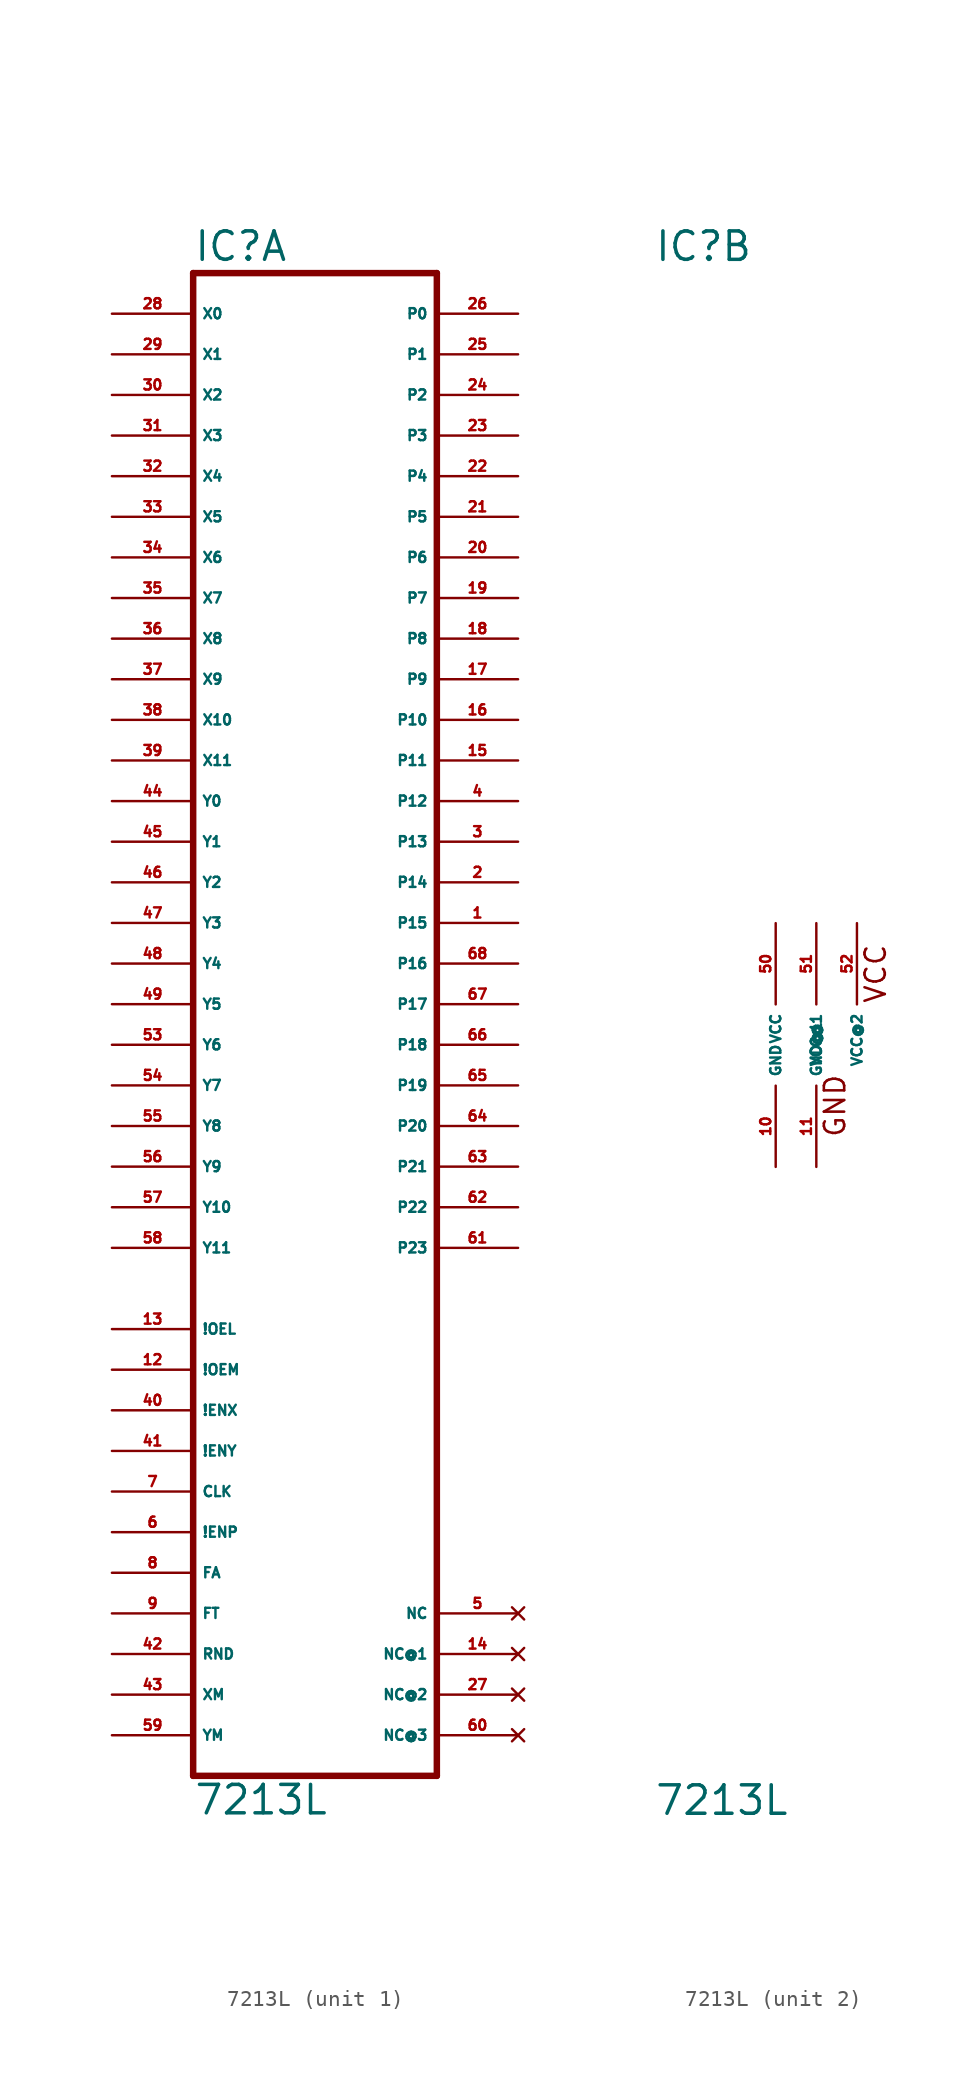
<source format=kicad_sym>
(kicad_symbol_lib
  (version 20220914)
  (generator Eagle2Kicad)
  (symbol "7213L"
    (property "Reference" "IC"
      (at -7.62 48.895 0)
      (effects (font (size 1.778 1.778) (thickness 0.22)) (justify left bottom)))
    (property "Value" "7213L"
      (at -7.62 -48.26 0)
      (effects (font (size 1.778 1.778) (thickness 0.22)) (justify left bottom)))
    (symbol "7213L_1_0"
      (polyline (pts (xy -7.62 -45.72) (xy 7.62 -45.72)) (stroke (width 0.406) (type default)) (fill (type none)))
      (polyline (pts (xy 7.62 -45.72) (xy 7.62 48.26)) (stroke (width 0.406) (type default)) (fill (type none)))
      (polyline (pts (xy 7.62 48.26) (xy -7.62 48.26)) (stroke (width 0.406) (type default)) (fill (type none)))
      (polyline (pts (xy -7.62 48.26) (xy -7.62 -45.72)) (stroke (width 0.406) (type default)) (fill (type none)))
      (pin input line (at -12.7 45.72 0) (length 5.08) (name "X0" (effects (font (size 0.635 0.635) (thickness 0.08)) (justify left bottom))) (number "28" (effects (font (size 0.635 0.635) (thickness 0.08)) (justify left bottom))))
      (pin input line (at -12.7 43.18 0) (length 5.08) (name "X1" (effects (font (size 0.635 0.635) (thickness 0.08)) (justify left bottom))) (number "29" (effects (font (size 0.635 0.635) (thickness 0.08)) (justify left bottom))))
      (pin input line (at -12.7 40.64 0) (length 5.08) (name "X2" (effects (font (size 0.635 0.635) (thickness 0.08)) (justify left bottom))) (number "30" (effects (font (size 0.635 0.635) (thickness 0.08)) (justify left bottom))))
      (pin input line (at -12.7 38.1 0) (length 5.08) (name "X3" (effects (font (size 0.635 0.635) (thickness 0.08)) (justify left bottom))) (number "31" (effects (font (size 0.635 0.635) (thickness 0.08)) (justify left bottom))))
      (pin input line (at -12.7 35.56 0) (length 5.08) (name "X4" (effects (font (size 0.635 0.635) (thickness 0.08)) (justify left bottom))) (number "32" (effects (font (size 0.635 0.635) (thickness 0.08)) (justify left bottom))))
      (pin input line (at -12.7 33.02 0) (length 5.08) (name "X5" (effects (font (size 0.635 0.635) (thickness 0.08)) (justify left bottom))) (number "33" (effects (font (size 0.635 0.635) (thickness 0.08)) (justify left bottom))))
      (pin input line (at -12.7 30.48 0) (length 5.08) (name "X6" (effects (font (size 0.635 0.635) (thickness 0.08)) (justify left bottom))) (number "34" (effects (font (size 0.635 0.635) (thickness 0.08)) (justify left bottom))))
      (pin input line (at -12.7 27.94 0) (length 5.08) (name "X7" (effects (font (size 0.635 0.635) (thickness 0.08)) (justify left bottom))) (number "35" (effects (font (size 0.635 0.635) (thickness 0.08)) (justify left bottom))))
      (pin input line (at -12.7 25.4 0) (length 5.08) (name "X8" (effects (font (size 0.635 0.635) (thickness 0.08)) (justify left bottom))) (number "36" (effects (font (size 0.635 0.635) (thickness 0.08)) (justify left bottom))))
      (pin input line (at -12.7 22.86 0) (length 5.08) (name "X9" (effects (font (size 0.635 0.635) (thickness 0.08)) (justify left bottom))) (number "37" (effects (font (size 0.635 0.635) (thickness 0.08)) (justify left bottom))))
      (pin input line (at -12.7 20.32 0) (length 5.08) (name "X10" (effects (font (size 0.635 0.635) (thickness 0.08)) (justify left bottom))) (number "38" (effects (font (size 0.635 0.635) (thickness 0.08)) (justify left bottom))))
      (pin input line (at -12.7 17.78 0) (length 5.08) (name "X11" (effects (font (size 0.635 0.635) (thickness 0.08)) (justify left bottom))) (number "39" (effects (font (size 0.635 0.635) (thickness 0.08)) (justify left bottom))))
      (pin input line (at -12.7 15.24 0) (length 5.08) (name "Y0" (effects (font (size 0.635 0.635) (thickness 0.08)) (justify left bottom))) (number "44" (effects (font (size 0.635 0.635) (thickness 0.08)) (justify left bottom))))
      (pin input line (at -12.7 12.7 0) (length 5.08) (name "Y1" (effects (font (size 0.635 0.635) (thickness 0.08)) (justify left bottom))) (number "45" (effects (font (size 0.635 0.635) (thickness 0.08)) (justify left bottom))))
      (pin input line (at -12.7 10.16 0) (length 5.08) (name "Y2" (effects (font (size 0.635 0.635) (thickness 0.08)) (justify left bottom))) (number "46" (effects (font (size 0.635 0.635) (thickness 0.08)) (justify left bottom))))
      (pin input line (at -12.7 7.62 0) (length 5.08) (name "Y3" (effects (font (size 0.635 0.635) (thickness 0.08)) (justify left bottom))) (number "47" (effects (font (size 0.635 0.635) (thickness 0.08)) (justify left bottom))))
      (pin input line (at -12.7 5.08 0) (length 5.08) (name "Y4" (effects (font (size 0.635 0.635) (thickness 0.08)) (justify left bottom))) (number "48" (effects (font (size 0.635 0.635) (thickness 0.08)) (justify left bottom))))
      (pin input line (at -12.7 2.54 0) (length 5.08) (name "Y5" (effects (font (size 0.635 0.635) (thickness 0.08)) (justify left bottom))) (number "49" (effects (font (size 0.635 0.635) (thickness 0.08)) (justify left bottom))))
      (pin input line (at -12.7 0 0) (length 5.08) (name "Y6" (effects (font (size 0.635 0.635) (thickness 0.08)) (justify left bottom))) (number "53" (effects (font (size 0.635 0.635) (thickness 0.08)) (justify left bottom))))
      (pin input line (at -12.7 -2.54 0) (length 5.08) (name "Y7" (effects (font (size 0.635 0.635) (thickness 0.08)) (justify left bottom))) (number "54" (effects (font (size 0.635 0.635) (thickness 0.08)) (justify left bottom))))
      (pin input line (at -12.7 -5.08 0) (length 5.08) (name "Y8" (effects (font (size 0.635 0.635) (thickness 0.08)) (justify left bottom))) (number "55" (effects (font (size 0.635 0.635) (thickness 0.08)) (justify left bottom))))
      (pin input line (at -12.7 -7.62 0) (length 5.08) (name "Y9" (effects (font (size 0.635 0.635) (thickness 0.08)) (justify left bottom))) (number "56" (effects (font (size 0.635 0.635) (thickness 0.08)) (justify left bottom))))
      (pin input line (at -12.7 -10.16 0) (length 5.08) (name "Y10" (effects (font (size 0.635 0.635) (thickness 0.08)) (justify left bottom))) (number "57" (effects (font (size 0.635 0.635) (thickness 0.08)) (justify left bottom))))
      (pin input line (at -12.7 -12.7 0) (length 5.08) (name "Y11" (effects (font (size 0.635 0.635) (thickness 0.08)) (justify left bottom))) (number "58" (effects (font (size 0.635 0.635) (thickness 0.08)) (justify left bottom))))
      (pin output line (at 12.7 45.72 180) (length 5.08) (name "P0" (effects (font (size 0.635 0.635) (thickness 0.08)) (justify left bottom))) (number "26" (effects (font (size 0.635 0.635) (thickness 0.08)) (justify left bottom))))
      (pin output line (at 12.7 43.18 180) (length 5.08) (name "P1" (effects (font (size 0.635 0.635) (thickness 0.08)) (justify left bottom))) (number "25" (effects (font (size 0.635 0.635) (thickness 0.08)) (justify left bottom))))
      (pin output line (at 12.7 40.64 180) (length 5.08) (name "P2" (effects (font (size 0.635 0.635) (thickness 0.08)) (justify left bottom))) (number "24" (effects (font (size 0.635 0.635) (thickness 0.08)) (justify left bottom))))
      (pin output line (at 12.7 38.1 180) (length 5.08) (name "P3" (effects (font (size 0.635 0.635) (thickness 0.08)) (justify left bottom))) (number "23" (effects (font (size 0.635 0.635) (thickness 0.08)) (justify left bottom))))
      (pin output line (at 12.7 35.56 180) (length 5.08) (name "P4" (effects (font (size 0.635 0.635) (thickness 0.08)) (justify left bottom))) (number "22" (effects (font (size 0.635 0.635) (thickness 0.08)) (justify left bottom))))
      (pin output line (at 12.7 33.02 180) (length 5.08) (name "P5" (effects (font (size 0.635 0.635) (thickness 0.08)) (justify left bottom))) (number "21" (effects (font (size 0.635 0.635) (thickness 0.08)) (justify left bottom))))
      (pin output line (at 12.7 30.48 180) (length 5.08) (name "P6" (effects (font (size 0.635 0.635) (thickness 0.08)) (justify left bottom))) (number "20" (effects (font (size 0.635 0.635) (thickness 0.08)) (justify left bottom))))
      (pin output line (at 12.7 27.94 180) (length 5.08) (name "P7" (effects (font (size 0.635 0.635) (thickness 0.08)) (justify left bottom))) (number "19" (effects (font (size 0.635 0.635) (thickness 0.08)) (justify left bottom))))
      (pin output line (at 12.7 25.4 180) (length 5.08) (name "P8" (effects (font (size 0.635 0.635) (thickness 0.08)) (justify left bottom))) (number "18" (effects (font (size 0.635 0.635) (thickness 0.08)) (justify left bottom))))
      (pin output line (at 12.7 22.86 180) (length 5.08) (name "P9" (effects (font (size 0.635 0.635) (thickness 0.08)) (justify left bottom))) (number "17" (effects (font (size 0.635 0.635) (thickness 0.08)) (justify left bottom))))
      (pin output line (at 12.7 20.32 180) (length 5.08) (name "P10" (effects (font (size 0.635 0.635) (thickness 0.08)) (justify left bottom))) (number "16" (effects (font (size 0.635 0.635) (thickness 0.08)) (justify left bottom))))
      (pin output line (at 12.7 17.78 180) (length 5.08) (name "P11" (effects (font (size 0.635 0.635) (thickness 0.08)) (justify left bottom))) (number "15" (effects (font (size 0.635 0.635) (thickness 0.08)) (justify left bottom))))
      (pin output line (at 12.7 15.24 180) (length 5.08) (name "P12" (effects (font (size 0.635 0.635) (thickness 0.08)) (justify left bottom))) (number "4" (effects (font (size 0.635 0.635) (thickness 0.08)) (justify left bottom))))
      (pin output line (at 12.7 12.7 180) (length 5.08) (name "P13" (effects (font (size 0.635 0.635) (thickness 0.08)) (justify left bottom))) (number "3" (effects (font (size 0.635 0.635) (thickness 0.08)) (justify left bottom))))
      (pin output line (at 12.7 10.16 180) (length 5.08) (name "P14" (effects (font (size 0.635 0.635) (thickness 0.08)) (justify left bottom))) (number "2" (effects (font (size 0.635 0.635) (thickness 0.08)) (justify left bottom))))
      (pin output line (at 12.7 7.62 180) (length 5.08) (name "P15" (effects (font (size 0.635 0.635) (thickness 0.08)) (justify left bottom))) (number "1" (effects (font (size 0.635 0.635) (thickness 0.08)) (justify left bottom))))
      (pin output line (at 12.7 5.08 180) (length 5.08) (name "P16" (effects (font (size 0.635 0.635) (thickness 0.08)) (justify left bottom))) (number "68" (effects (font (size 0.635 0.635) (thickness 0.08)) (justify left bottom))))
      (pin output line (at 12.7 2.54 180) (length 5.08) (name "P17" (effects (font (size 0.635 0.635) (thickness 0.08)) (justify left bottom))) (number "67" (effects (font (size 0.635 0.635) (thickness 0.08)) (justify left bottom))))
      (pin output line (at 12.7 0 180) (length 5.08) (name "P18" (effects (font (size 0.635 0.635) (thickness 0.08)) (justify left bottom))) (number "66" (effects (font (size 0.635 0.635) (thickness 0.08)) (justify left bottom))))
      (pin output line (at 12.7 -2.54 180) (length 5.08) (name "P19" (effects (font (size 0.635 0.635) (thickness 0.08)) (justify left bottom))) (number "65" (effects (font (size 0.635 0.635) (thickness 0.08)) (justify left bottom))))
      (pin output line (at 12.7 -5.08 180) (length 5.08) (name "P20" (effects (font (size 0.635 0.635) (thickness 0.08)) (justify left bottom))) (number "64" (effects (font (size 0.635 0.635) (thickness 0.08)) (justify left bottom))))
      (pin output line (at 12.7 -7.62 180) (length 5.08) (name "P21" (effects (font (size 0.635 0.635) (thickness 0.08)) (justify left bottom))) (number "63" (effects (font (size 0.635 0.635) (thickness 0.08)) (justify left bottom))))
      (pin output line (at 12.7 -10.16 180) (length 5.08) (name "P22" (effects (font (size 0.635 0.635) (thickness 0.08)) (justify left bottom))) (number "62" (effects (font (size 0.635 0.635) (thickness 0.08)) (justify left bottom))))
      (pin output line (at 12.7 -12.7 180) (length 5.08) (name "P23" (effects (font (size 0.635 0.635) (thickness 0.08)) (justify left bottom))) (number "61" (effects (font (size 0.635 0.635) (thickness 0.08)) (justify left bottom))))
      (pin input line (at -12.7 -30.48 0) (length 5.08) (name "!ENP" (effects (font (size 0.635 0.635) (thickness 0.08)) (justify left bottom))) (number "6" (effects (font (size 0.635 0.635) (thickness 0.08)) (justify left bottom))))
      (pin input line (at -12.7 -22.86 0) (length 5.08) (name "!ENX" (effects (font (size 0.635 0.635) (thickness 0.08)) (justify left bottom))) (number "40" (effects (font (size 0.635 0.635) (thickness 0.08)) (justify left bottom))))
      (pin input line (at -12.7 -25.4 0) (length 5.08) (name "!ENY" (effects (font (size 0.635 0.635) (thickness 0.08)) (justify left bottom))) (number "41" (effects (font (size 0.635 0.635) (thickness 0.08)) (justify left bottom))))
      (pin input line (at -12.7 -33.02 0) (length 5.08) (name "FA" (effects (font (size 0.635 0.635) (thickness 0.08)) (justify left bottom))) (number "8" (effects (font (size 0.635 0.635) (thickness 0.08)) (justify left bottom))))
      (pin input line (at -12.7 -35.56 0) (length 5.08) (name "FT" (effects (font (size 0.635 0.635) (thickness 0.08)) (justify left bottom))) (number "9" (effects (font (size 0.635 0.635) (thickness 0.08)) (justify left bottom))))
      (pin input line (at -12.7 -38.1 0) (length 5.08) (name "RND" (effects (font (size 0.635 0.635) (thickness 0.08)) (justify left bottom))) (number "42" (effects (font (size 0.635 0.635) (thickness 0.08)) (justify left bottom))))
      (pin input line (at -12.7 -40.64 0) (length 5.08) (name "XM" (effects (font (size 0.635 0.635) (thickness 0.08)) (justify left bottom))) (number "43" (effects (font (size 0.635 0.635) (thickness 0.08)) (justify left bottom))))
      (pin input line (at -12.7 -43.18 0) (length 5.08) (name "YM" (effects (font (size 0.635 0.635) (thickness 0.08)) (justify left bottom))) (number "59" (effects (font (size 0.635 0.635) (thickness 0.08)) (justify left bottom))))
      (pin input line (at -12.7 -27.94 0) (length 5.08) (name "CLK" (effects (font (size 0.635 0.635) (thickness 0.08)) (justify left bottom))) (number "7" (effects (font (size 0.635 0.635) (thickness 0.08)) (justify left bottom))))
      (pin input line (at -12.7 -17.78 0) (length 5.08) (name "!OEL" (effects (font (size 0.635 0.635) (thickness 0.08)) (justify left bottom))) (number "13" (effects (font (size 0.635 0.635) (thickness 0.08)) (justify left bottom))))
      (pin input line (at -12.7 -20.32 0) (length 5.08) (name "!OEM" (effects (font (size 0.635 0.635) (thickness 0.08)) (justify left bottom))) (number "12" (effects (font (size 0.635 0.635) (thickness 0.08)) (justify left bottom))))
      (pin no_connect line (at 12.7 -43.18 180) (length 5.08) (name "NC@3" (effects (font (size 0.635 0.635) (thickness 0.08)) (justify left bottom) hide)) (number "60" (effects (font (size 0.635 0.635) (thickness 0.08)) (justify left bottom) hide)))
      (pin no_connect line (at 12.7 -40.64 180) (length 5.08) (name "NC@2" (effects (font (size 0.635 0.635) (thickness 0.08)) (justify left bottom) hide)) (number "27" (effects (font (size 0.635 0.635) (thickness 0.08)) (justify left bottom) hide)))
      (pin no_connect line (at 12.7 -38.1 180) (length 5.08) (name "NC@1" (effects (font (size 0.635 0.635) (thickness 0.08)) (justify left bottom) hide)) (number "14" (effects (font (size 0.635 0.635) (thickness 0.08)) (justify left bottom) hide)))
      (pin no_connect line (at 12.7 -35.56 180) (length 5.08) (name "NC" (effects (font (size 0.635 0.635) (thickness 0.08)) (justify left bottom) hide)) (number "5" (effects (font (size 0.635 0.635) (thickness 0.08)) (justify left bottom) hide))))
    (symbol "7213L_2_0"
      (text "GND" (at 4.445 -5.842 900) (effects (font (size 1.27 1.27) (thickness 0.16)) (justify left bottom)))
      (text "VCC" (at 6.985 2.54 900) (effects (font (size 1.27 1.27) (thickness 0.16)) (justify left bottom)))
      (pin unspecified line (at 0 7.62 270) (length 5.08) (name "VCC" (effects (font (size 0.635 0.635) (thickness 0.08)) (justify left bottom))) (number "50" (effects (font (size 0.635 0.635) (thickness 0.08)) (justify left bottom))))
      (pin unspecified line (at 0 -7.62 90) (length 5.08) (name "GND" (effects (font (size 0.635 0.635) (thickness 0.08)) (justify left bottom))) (number "10" (effects (font (size 0.635 0.635) (thickness 0.08)) (justify left bottom))))
      (pin unspecified line (at 2.54 7.62 270) (length 5.08) (name "VCC@1" (effects (font (size 0.635 0.635) (thickness 0.08)) (justify left bottom))) (number "51" (effects (font (size 0.635 0.635) (thickness 0.08)) (justify left bottom))))
      (pin unspecified line (at 2.54 -7.62 90) (length 5.08) (name "GND@1" (effects (font (size 0.635 0.635) (thickness 0.08)) (justify left bottom))) (number "11" (effects (font (size 0.635 0.635) (thickness 0.08)) (justify left bottom))))
      (pin unspecified line (at 5.08 7.62 270) (length 5.08) (name "VCC@2" (effects (font (size 0.635 0.635) (thickness 0.08)) (justify left bottom))) (number "52" (effects (font (size 0.635 0.635) (thickness 0.08)) (justify left bottom)))))))
</source>
